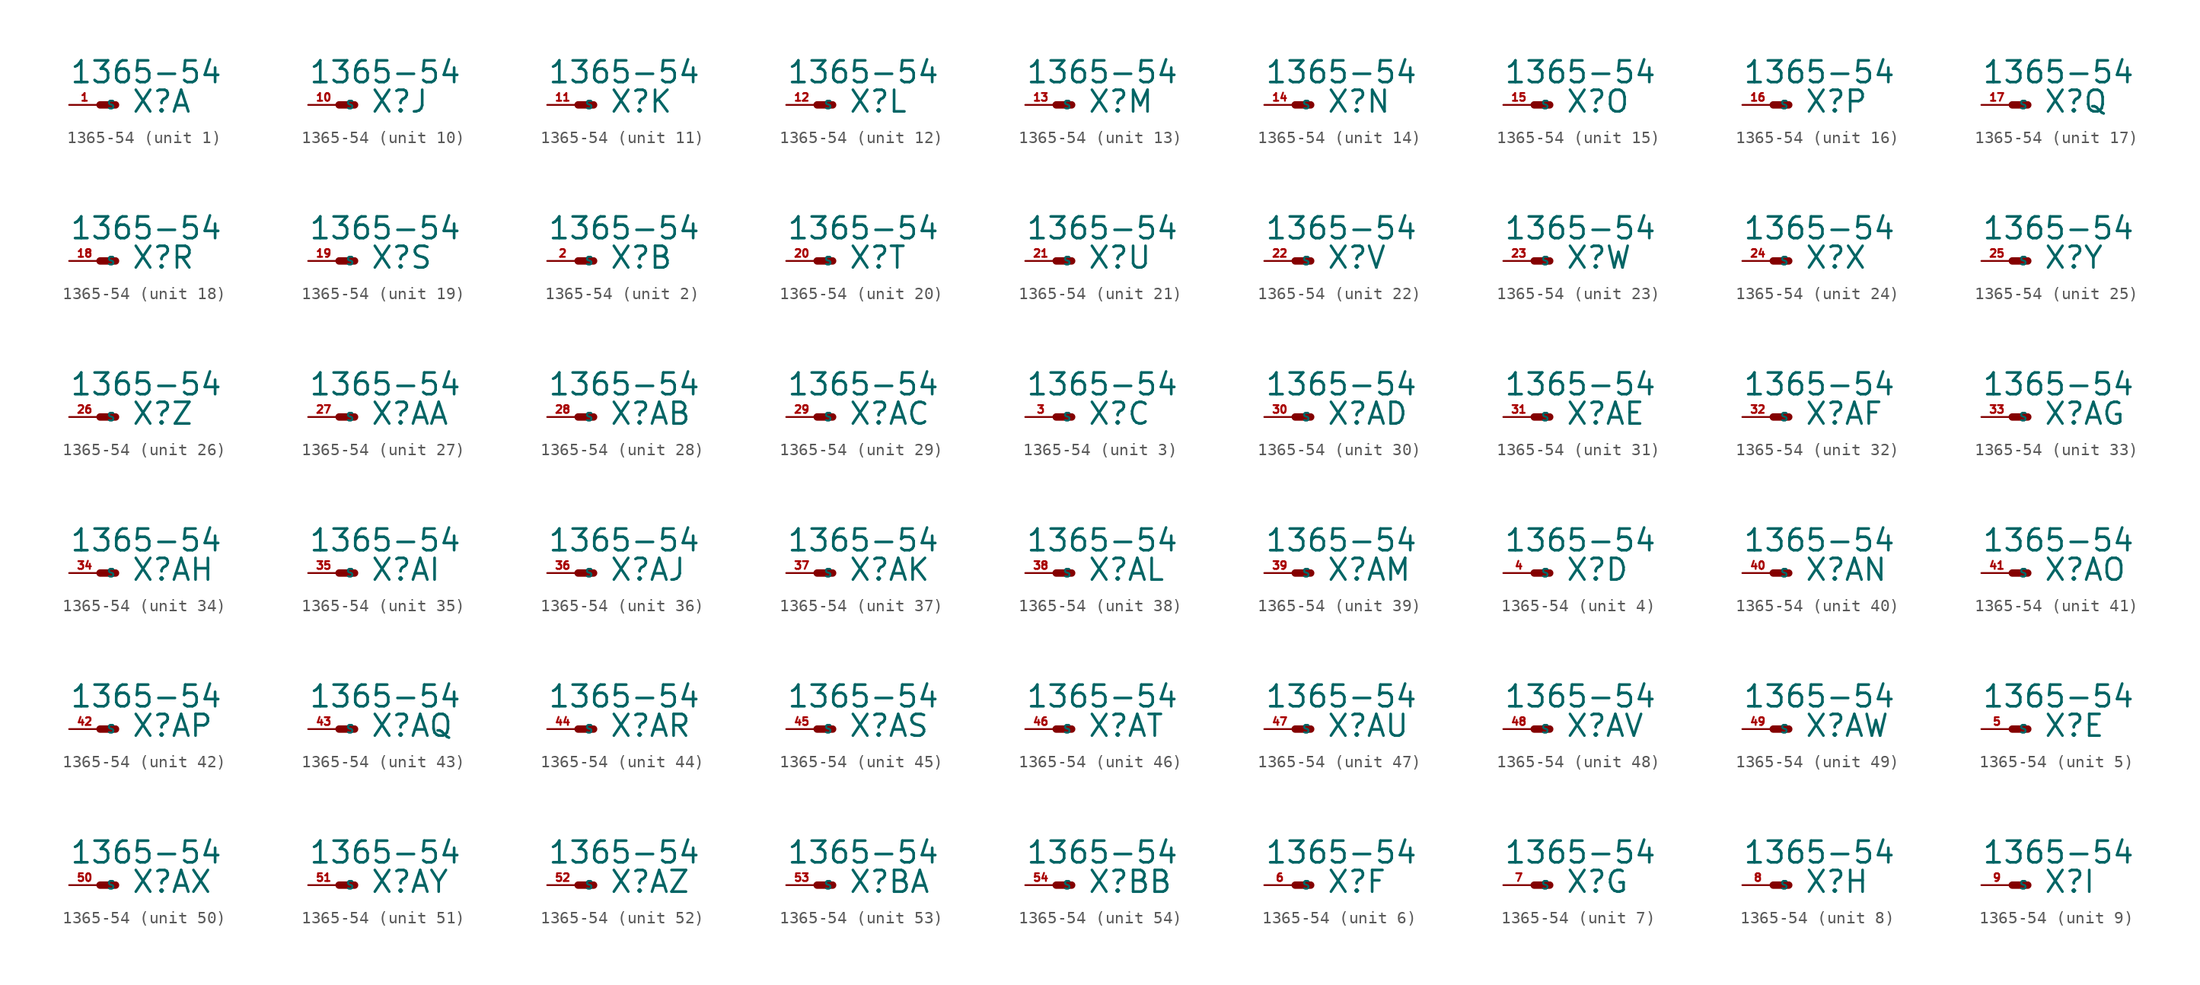
<source format=kicad_sym>
(kicad_symbol_lib
  (version 20220914)
  (generator Eagle2Kicad)
  (symbol "1365-54"
    (property "Reference" "X"
      (at 2.54 -0.762 0)
      (effects (font (size 1.778 1.778) (thickness 0.22)) (justify left bottom)))
    (property "Value" "1365-54"
      (at -2.54 1.651 0)
      (effects (font (size 1.778 1.778) (thickness 0.22)) (justify left bottom)))
    (symbol "1365-54_1_0"
      (polyline (pts (xy 0 0) (xy 1.27 0)) (stroke (width 0.61) (type default)) (fill (type none)))
      (pin passive line (at -2.54 0 0) (length 2.54) (name "S" (effects (font (size 0.635 0.635) (thickness 0.08)) (justify left bottom))) (number "1" (effects (font (size 0.635 0.635) (thickness 0.08)) (justify left bottom)))))
    (symbol "1365-54_2_0"
      (polyline (pts (xy 0 0) (xy 1.27 0)) (stroke (width 0.61) (type default)) (fill (type none)))
      (pin passive line (at -2.54 0 0) (length 2.54) (name "S" (effects (font (size 0.635 0.635) (thickness 0.08)) (justify left bottom))) (number "2" (effects (font (size 0.635 0.635) (thickness 0.08)) (justify left bottom)))))
    (symbol "1365-54_3_0"
      (polyline (pts (xy 0 0) (xy 1.27 0)) (stroke (width 0.61) (type default)) (fill (type none)))
      (pin passive line (at -2.54 0 0) (length 2.54) (name "S" (effects (font (size 0.635 0.635) (thickness 0.08)) (justify left bottom))) (number "3" (effects (font (size 0.635 0.635) (thickness 0.08)) (justify left bottom)))))
    (symbol "1365-54_4_0"
      (polyline (pts (xy 0 0) (xy 1.27 0)) (stroke (width 0.61) (type default)) (fill (type none)))
      (pin passive line (at -2.54 0 0) (length 2.54) (name "S" (effects (font (size 0.635 0.635) (thickness 0.08)) (justify left bottom))) (number "4" (effects (font (size 0.635 0.635) (thickness 0.08)) (justify left bottom)))))
    (symbol "1365-54_5_0"
      (polyline (pts (xy 0 0) (xy 1.27 0)) (stroke (width 0.61) (type default)) (fill (type none)))
      (pin passive line (at -2.54 0 0) (length 2.54) (name "S" (effects (font (size 0.635 0.635) (thickness 0.08)) (justify left bottom))) (number "5" (effects (font (size 0.635 0.635) (thickness 0.08)) (justify left bottom)))))
    (symbol "1365-54_6_0"
      (polyline (pts (xy 0 0) (xy 1.27 0)) (stroke (width 0.61) (type default)) (fill (type none)))
      (pin passive line (at -2.54 0 0) (length 2.54) (name "S" (effects (font (size 0.635 0.635) (thickness 0.08)) (justify left bottom))) (number "6" (effects (font (size 0.635 0.635) (thickness 0.08)) (justify left bottom)))))
    (symbol "1365-54_7_0"
      (polyline (pts (xy 0 0) (xy 1.27 0)) (stroke (width 0.61) (type default)) (fill (type none)))
      (pin passive line (at -2.54 0 0) (length 2.54) (name "S" (effects (font (size 0.635 0.635) (thickness 0.08)) (justify left bottom))) (number "7" (effects (font (size 0.635 0.635) (thickness 0.08)) (justify left bottom)))))
    (symbol "1365-54_8_0"
      (polyline (pts (xy 0 0) (xy 1.27 0)) (stroke (width 0.61) (type default)) (fill (type none)))
      (pin passive line (at -2.54 0 0) (length 2.54) (name "S" (effects (font (size 0.635 0.635) (thickness 0.08)) (justify left bottom))) (number "8" (effects (font (size 0.635 0.635) (thickness 0.08)) (justify left bottom)))))
    (symbol "1365-54_9_0"
      (polyline (pts (xy 0 0) (xy 1.27 0)) (stroke (width 0.61) (type default)) (fill (type none)))
      (pin passive line (at -2.54 0 0) (length 2.54) (name "S" (effects (font (size 0.635 0.635) (thickness 0.08)) (justify left bottom))) (number "9" (effects (font (size 0.635 0.635) (thickness 0.08)) (justify left bottom)))))
    (symbol "1365-54_10_0"
      (polyline (pts (xy 0 0) (xy 1.27 0)) (stroke (width 0.61) (type default)) (fill (type none)))
      (pin passive line (at -2.54 0 0) (length 2.54) (name "S" (effects (font (size 0.635 0.635) (thickness 0.08)) (justify left bottom))) (number "10" (effects (font (size 0.635 0.635) (thickness 0.08)) (justify left bottom)))))
    (symbol "1365-54_11_0"
      (polyline (pts (xy 0 0) (xy 1.27 0)) (stroke (width 0.61) (type default)) (fill (type none)))
      (pin passive line (at -2.54 0 0) (length 2.54) (name "S" (effects (font (size 0.635 0.635) (thickness 0.08)) (justify left bottom))) (number "11" (effects (font (size 0.635 0.635) (thickness 0.08)) (justify left bottom)))))
    (symbol "1365-54_12_0"
      (polyline (pts (xy 0 0) (xy 1.27 0)) (stroke (width 0.61) (type default)) (fill (type none)))
      (pin passive line (at -2.54 0 0) (length 2.54) (name "S" (effects (font (size 0.635 0.635) (thickness 0.08)) (justify left bottom))) (number "12" (effects (font (size 0.635 0.635) (thickness 0.08)) (justify left bottom)))))
    (symbol "1365-54_13_0"
      (polyline (pts (xy 0 0) (xy 1.27 0)) (stroke (width 0.61) (type default)) (fill (type none)))
      (pin passive line (at -2.54 0 0) (length 2.54) (name "S" (effects (font (size 0.635 0.635) (thickness 0.08)) (justify left bottom))) (number "13" (effects (font (size 0.635 0.635) (thickness 0.08)) (justify left bottom)))))
    (symbol "1365-54_14_0"
      (polyline (pts (xy 0 0) (xy 1.27 0)) (stroke (width 0.61) (type default)) (fill (type none)))
      (pin passive line (at -2.54 0 0) (length 2.54) (name "S" (effects (font (size 0.635 0.635) (thickness 0.08)) (justify left bottom))) (number "14" (effects (font (size 0.635 0.635) (thickness 0.08)) (justify left bottom)))))
    (symbol "1365-54_15_0"
      (polyline (pts (xy 0 0) (xy 1.27 0)) (stroke (width 0.61) (type default)) (fill (type none)))
      (pin passive line (at -2.54 0 0) (length 2.54) (name "S" (effects (font (size 0.635 0.635) (thickness 0.08)) (justify left bottom))) (number "15" (effects (font (size 0.635 0.635) (thickness 0.08)) (justify left bottom)))))
    (symbol "1365-54_16_0"
      (polyline (pts (xy 0 0) (xy 1.27 0)) (stroke (width 0.61) (type default)) (fill (type none)))
      (pin passive line (at -2.54 0 0) (length 2.54) (name "S" (effects (font (size 0.635 0.635) (thickness 0.08)) (justify left bottom))) (number "16" (effects (font (size 0.635 0.635) (thickness 0.08)) (justify left bottom)))))
    (symbol "1365-54_17_0"
      (polyline (pts (xy 0 0) (xy 1.27 0)) (stroke (width 0.61) (type default)) (fill (type none)))
      (pin passive line (at -2.54 0 0) (length 2.54) (name "S" (effects (font (size 0.635 0.635) (thickness 0.08)) (justify left bottom))) (number "17" (effects (font (size 0.635 0.635) (thickness 0.08)) (justify left bottom)))))
    (symbol "1365-54_18_0"
      (polyline (pts (xy 0 0) (xy 1.27 0)) (stroke (width 0.61) (type default)) (fill (type none)))
      (pin passive line (at -2.54 0 0) (length 2.54) (name "S" (effects (font (size 0.635 0.635) (thickness 0.08)) (justify left bottom))) (number "18" (effects (font (size 0.635 0.635) (thickness 0.08)) (justify left bottom)))))
    (symbol "1365-54_19_0"
      (polyline (pts (xy 0 0) (xy 1.27 0)) (stroke (width 0.61) (type default)) (fill (type none)))
      (pin passive line (at -2.54 0 0) (length 2.54) (name "S" (effects (font (size 0.635 0.635) (thickness 0.08)) (justify left bottom))) (number "19" (effects (font (size 0.635 0.635) (thickness 0.08)) (justify left bottom)))))
    (symbol "1365-54_20_0"
      (polyline (pts (xy 0 0) (xy 1.27 0)) (stroke (width 0.61) (type default)) (fill (type none)))
      (pin passive line (at -2.54 0 0) (length 2.54) (name "S" (effects (font (size 0.635 0.635) (thickness 0.08)) (justify left bottom))) (number "20" (effects (font (size 0.635 0.635) (thickness 0.08)) (justify left bottom)))))
    (symbol "1365-54_21_0"
      (polyline (pts (xy 0 0) (xy 1.27 0)) (stroke (width 0.61) (type default)) (fill (type none)))
      (pin passive line (at -2.54 0 0) (length 2.54) (name "S" (effects (font (size 0.635 0.635) (thickness 0.08)) (justify left bottom))) (number "21" (effects (font (size 0.635 0.635) (thickness 0.08)) (justify left bottom)))))
    (symbol "1365-54_22_0"
      (polyline (pts (xy 0 0) (xy 1.27 0)) (stroke (width 0.61) (type default)) (fill (type none)))
      (pin passive line (at -2.54 0 0) (length 2.54) (name "S" (effects (font (size 0.635 0.635) (thickness 0.08)) (justify left bottom))) (number "22" (effects (font (size 0.635 0.635) (thickness 0.08)) (justify left bottom)))))
    (symbol "1365-54_23_0"
      (polyline (pts (xy 0 0) (xy 1.27 0)) (stroke (width 0.61) (type default)) (fill (type none)))
      (pin passive line (at -2.54 0 0) (length 2.54) (name "S" (effects (font (size 0.635 0.635) (thickness 0.08)) (justify left bottom))) (number "23" (effects (font (size 0.635 0.635) (thickness 0.08)) (justify left bottom)))))
    (symbol "1365-54_24_0"
      (polyline (pts (xy 0 0) (xy 1.27 0)) (stroke (width 0.61) (type default)) (fill (type none)))
      (pin passive line (at -2.54 0 0) (length 2.54) (name "S" (effects (font (size 0.635 0.635) (thickness 0.08)) (justify left bottom))) (number "24" (effects (font (size 0.635 0.635) (thickness 0.08)) (justify left bottom)))))
    (symbol "1365-54_25_0"
      (polyline (pts (xy 0 0) (xy 1.27 0)) (stroke (width 0.61) (type default)) (fill (type none)))
      (pin passive line (at -2.54 0 0) (length 2.54) (name "S" (effects (font (size 0.635 0.635) (thickness 0.08)) (justify left bottom))) (number "25" (effects (font (size 0.635 0.635) (thickness 0.08)) (justify left bottom)))))
    (symbol "1365-54_26_0"
      (polyline (pts (xy 0 0) (xy 1.27 0)) (stroke (width 0.61) (type default)) (fill (type none)))
      (pin passive line (at -2.54 0 0) (length 2.54) (name "S" (effects (font (size 0.635 0.635) (thickness 0.08)) (justify left bottom))) (number "26" (effects (font (size 0.635 0.635) (thickness 0.08)) (justify left bottom)))))
    (symbol "1365-54_27_0"
      (polyline (pts (xy 0 0) (xy 1.27 0)) (stroke (width 0.61) (type default)) (fill (type none)))
      (pin passive line (at -2.54 0 0) (length 2.54) (name "S" (effects (font (size 0.635 0.635) (thickness 0.08)) (justify left bottom))) (number "27" (effects (font (size 0.635 0.635) (thickness 0.08)) (justify left bottom)))))
    (symbol "1365-54_28_0"
      (polyline (pts (xy 0 0) (xy 1.27 0)) (stroke (width 0.61) (type default)) (fill (type none)))
      (pin passive line (at -2.54 0 0) (length 2.54) (name "S" (effects (font (size 0.635 0.635) (thickness 0.08)) (justify left bottom))) (number "28" (effects (font (size 0.635 0.635) (thickness 0.08)) (justify left bottom)))))
    (symbol "1365-54_29_0"
      (polyline (pts (xy 0 0) (xy 1.27 0)) (stroke (width 0.61) (type default)) (fill (type none)))
      (pin passive line (at -2.54 0 0) (length 2.54) (name "S" (effects (font (size 0.635 0.635) (thickness 0.08)) (justify left bottom))) (number "29" (effects (font (size 0.635 0.635) (thickness 0.08)) (justify left bottom)))))
    (symbol "1365-54_30_0"
      (polyline (pts (xy 0 0) (xy 1.27 0)) (stroke (width 0.61) (type default)) (fill (type none)))
      (pin passive line (at -2.54 0 0) (length 2.54) (name "S" (effects (font (size 0.635 0.635) (thickness 0.08)) (justify left bottom))) (number "30" (effects (font (size 0.635 0.635) (thickness 0.08)) (justify left bottom)))))
    (symbol "1365-54_31_0"
      (polyline (pts (xy 0 0) (xy 1.27 0)) (stroke (width 0.61) (type default)) (fill (type none)))
      (pin passive line (at -2.54 0 0) (length 2.54) (name "S" (effects (font (size 0.635 0.635) (thickness 0.08)) (justify left bottom))) (number "31" (effects (font (size 0.635 0.635) (thickness 0.08)) (justify left bottom)))))
    (symbol "1365-54_32_0"
      (polyline (pts (xy 0 0) (xy 1.27 0)) (stroke (width 0.61) (type default)) (fill (type none)))
      (pin passive line (at -2.54 0 0) (length 2.54) (name "S" (effects (font (size 0.635 0.635) (thickness 0.08)) (justify left bottom))) (number "32" (effects (font (size 0.635 0.635) (thickness 0.08)) (justify left bottom)))))
    (symbol "1365-54_33_0"
      (polyline (pts (xy 0 0) (xy 1.27 0)) (stroke (width 0.61) (type default)) (fill (type none)))
      (pin passive line (at -2.54 0 0) (length 2.54) (name "S" (effects (font (size 0.635 0.635) (thickness 0.08)) (justify left bottom))) (number "33" (effects (font (size 0.635 0.635) (thickness 0.08)) (justify left bottom)))))
    (symbol "1365-54_34_0"
      (polyline (pts (xy 0 0) (xy 1.27 0)) (stroke (width 0.61) (type default)) (fill (type none)))
      (pin passive line (at -2.54 0 0) (length 2.54) (name "S" (effects (font (size 0.635 0.635) (thickness 0.08)) (justify left bottom))) (number "34" (effects (font (size 0.635 0.635) (thickness 0.08)) (justify left bottom)))))
    (symbol "1365-54_35_0"
      (polyline (pts (xy 0 0) (xy 1.27 0)) (stroke (width 0.61) (type default)) (fill (type none)))
      (pin passive line (at -2.54 0 0) (length 2.54) (name "S" (effects (font (size 0.635 0.635) (thickness 0.08)) (justify left bottom))) (number "35" (effects (font (size 0.635 0.635) (thickness 0.08)) (justify left bottom)))))
    (symbol "1365-54_36_0"
      (polyline (pts (xy 0 0) (xy 1.27 0)) (stroke (width 0.61) (type default)) (fill (type none)))
      (pin passive line (at -2.54 0 0) (length 2.54) (name "S" (effects (font (size 0.635 0.635) (thickness 0.08)) (justify left bottom))) (number "36" (effects (font (size 0.635 0.635) (thickness 0.08)) (justify left bottom)))))
    (symbol "1365-54_37_0"
      (polyline (pts (xy 0 0) (xy 1.27 0)) (stroke (width 0.61) (type default)) (fill (type none)))
      (pin passive line (at -2.54 0 0) (length 2.54) (name "S" (effects (font (size 0.635 0.635) (thickness 0.08)) (justify left bottom))) (number "37" (effects (font (size 0.635 0.635) (thickness 0.08)) (justify left bottom)))))
    (symbol "1365-54_38_0"
      (polyline (pts (xy 0 0) (xy 1.27 0)) (stroke (width 0.61) (type default)) (fill (type none)))
      (pin passive line (at -2.54 0 0) (length 2.54) (name "S" (effects (font (size 0.635 0.635) (thickness 0.08)) (justify left bottom))) (number "38" (effects (font (size 0.635 0.635) (thickness 0.08)) (justify left bottom)))))
    (symbol "1365-54_39_0"
      (polyline (pts (xy 0 0) (xy 1.27 0)) (stroke (width 0.61) (type default)) (fill (type none)))
      (pin passive line (at -2.54 0 0) (length 2.54) (name "S" (effects (font (size 0.635 0.635) (thickness 0.08)) (justify left bottom))) (number "39" (effects (font (size 0.635 0.635) (thickness 0.08)) (justify left bottom)))))
    (symbol "1365-54_40_0"
      (polyline (pts (xy 0 0) (xy 1.27 0)) (stroke (width 0.61) (type default)) (fill (type none)))
      (pin passive line (at -2.54 0 0) (length 2.54) (name "S" (effects (font (size 0.635 0.635) (thickness 0.08)) (justify left bottom))) (number "40" (effects (font (size 0.635 0.635) (thickness 0.08)) (justify left bottom)))))
    (symbol "1365-54_41_0"
      (polyline (pts (xy 0 0) (xy 1.27 0)) (stroke (width 0.61) (type default)) (fill (type none)))
      (pin passive line (at -2.54 0 0) (length 2.54) (name "S" (effects (font (size 0.635 0.635) (thickness 0.08)) (justify left bottom))) (number "41" (effects (font (size 0.635 0.635) (thickness 0.08)) (justify left bottom)))))
    (symbol "1365-54_42_0"
      (polyline (pts (xy 0 0) (xy 1.27 0)) (stroke (width 0.61) (type default)) (fill (type none)))
      (pin passive line (at -2.54 0 0) (length 2.54) (name "S" (effects (font (size 0.635 0.635) (thickness 0.08)) (justify left bottom))) (number "42" (effects (font (size 0.635 0.635) (thickness 0.08)) (justify left bottom)))))
    (symbol "1365-54_43_0"
      (polyline (pts (xy 0 0) (xy 1.27 0)) (stroke (width 0.61) (type default)) (fill (type none)))
      (pin passive line (at -2.54 0 0) (length 2.54) (name "S" (effects (font (size 0.635 0.635) (thickness 0.08)) (justify left bottom))) (number "43" (effects (font (size 0.635 0.635) (thickness 0.08)) (justify left bottom)))))
    (symbol "1365-54_44_0"
      (polyline (pts (xy 0 0) (xy 1.27 0)) (stroke (width 0.61) (type default)) (fill (type none)))
      (pin passive line (at -2.54 0 0) (length 2.54) (name "S" (effects (font (size 0.635 0.635) (thickness 0.08)) (justify left bottom))) (number "44" (effects (font (size 0.635 0.635) (thickness 0.08)) (justify left bottom)))))
    (symbol "1365-54_45_0"
      (polyline (pts (xy 0 0) (xy 1.27 0)) (stroke (width 0.61) (type default)) (fill (type none)))
      (pin passive line (at -2.54 0 0) (length 2.54) (name "S" (effects (font (size 0.635 0.635) (thickness 0.08)) (justify left bottom))) (number "45" (effects (font (size 0.635 0.635) (thickness 0.08)) (justify left bottom)))))
    (symbol "1365-54_46_0"
      (polyline (pts (xy 0 0) (xy 1.27 0)) (stroke (width 0.61) (type default)) (fill (type none)))
      (pin passive line (at -2.54 0 0) (length 2.54) (name "S" (effects (font (size 0.635 0.635) (thickness 0.08)) (justify left bottom))) (number "46" (effects (font (size 0.635 0.635) (thickness 0.08)) (justify left bottom)))))
    (symbol "1365-54_47_0"
      (polyline (pts (xy 0 0) (xy 1.27 0)) (stroke (width 0.61) (type default)) (fill (type none)))
      (pin passive line (at -2.54 0 0) (length 2.54) (name "S" (effects (font (size 0.635 0.635) (thickness 0.08)) (justify left bottom))) (number "47" (effects (font (size 0.635 0.635) (thickness 0.08)) (justify left bottom)))))
    (symbol "1365-54_48_0"
      (polyline (pts (xy 0 0) (xy 1.27 0)) (stroke (width 0.61) (type default)) (fill (type none)))
      (pin passive line (at -2.54 0 0) (length 2.54) (name "S" (effects (font (size 0.635 0.635) (thickness 0.08)) (justify left bottom))) (number "48" (effects (font (size 0.635 0.635) (thickness 0.08)) (justify left bottom)))))
    (symbol "1365-54_49_0"
      (polyline (pts (xy 0 0) (xy 1.27 0)) (stroke (width 0.61) (type default)) (fill (type none)))
      (pin passive line (at -2.54 0 0) (length 2.54) (name "S" (effects (font (size 0.635 0.635) (thickness 0.08)) (justify left bottom))) (number "49" (effects (font (size 0.635 0.635) (thickness 0.08)) (justify left bottom)))))
    (symbol "1365-54_50_0"
      (polyline (pts (xy 0 0) (xy 1.27 0)) (stroke (width 0.61) (type default)) (fill (type none)))
      (pin passive line (at -2.54 0 0) (length 2.54) (name "S" (effects (font (size 0.635 0.635) (thickness 0.08)) (justify left bottom))) (number "50" (effects (font (size 0.635 0.635) (thickness 0.08)) (justify left bottom)))))
    (symbol "1365-54_51_0"
      (polyline (pts (xy 0 0) (xy 1.27 0)) (stroke (width 0.61) (type default)) (fill (type none)))
      (pin passive line (at -2.54 0 0) (length 2.54) (name "S" (effects (font (size 0.635 0.635) (thickness 0.08)) (justify left bottom))) (number "51" (effects (font (size 0.635 0.635) (thickness 0.08)) (justify left bottom)))))
    (symbol "1365-54_52_0"
      (polyline (pts (xy 0 0) (xy 1.27 0)) (stroke (width 0.61) (type default)) (fill (type none)))
      (pin passive line (at -2.54 0 0) (length 2.54) (name "S" (effects (font (size 0.635 0.635) (thickness 0.08)) (justify left bottom))) (number "52" (effects (font (size 0.635 0.635) (thickness 0.08)) (justify left bottom)))))
    (symbol "1365-54_53_0"
      (polyline (pts (xy 0 0) (xy 1.27 0)) (stroke (width 0.61) (type default)) (fill (type none)))
      (pin passive line (at -2.54 0 0) (length 2.54) (name "S" (effects (font (size 0.635 0.635) (thickness 0.08)) (justify left bottom))) (number "53" (effects (font (size 0.635 0.635) (thickness 0.08)) (justify left bottom)))))
    (symbol "1365-54_54_0"
      (polyline (pts (xy 0 0) (xy 1.27 0)) (stroke (width 0.61) (type default)) (fill (type none)))
      (pin passive line (at -2.54 0 0) (length 2.54) (name "S" (effects (font (size 0.635 0.635) (thickness 0.08)) (justify left bottom))) (number "54" (effects (font (size 0.635 0.635) (thickness 0.08)) (justify left bottom)))))))
</source>
